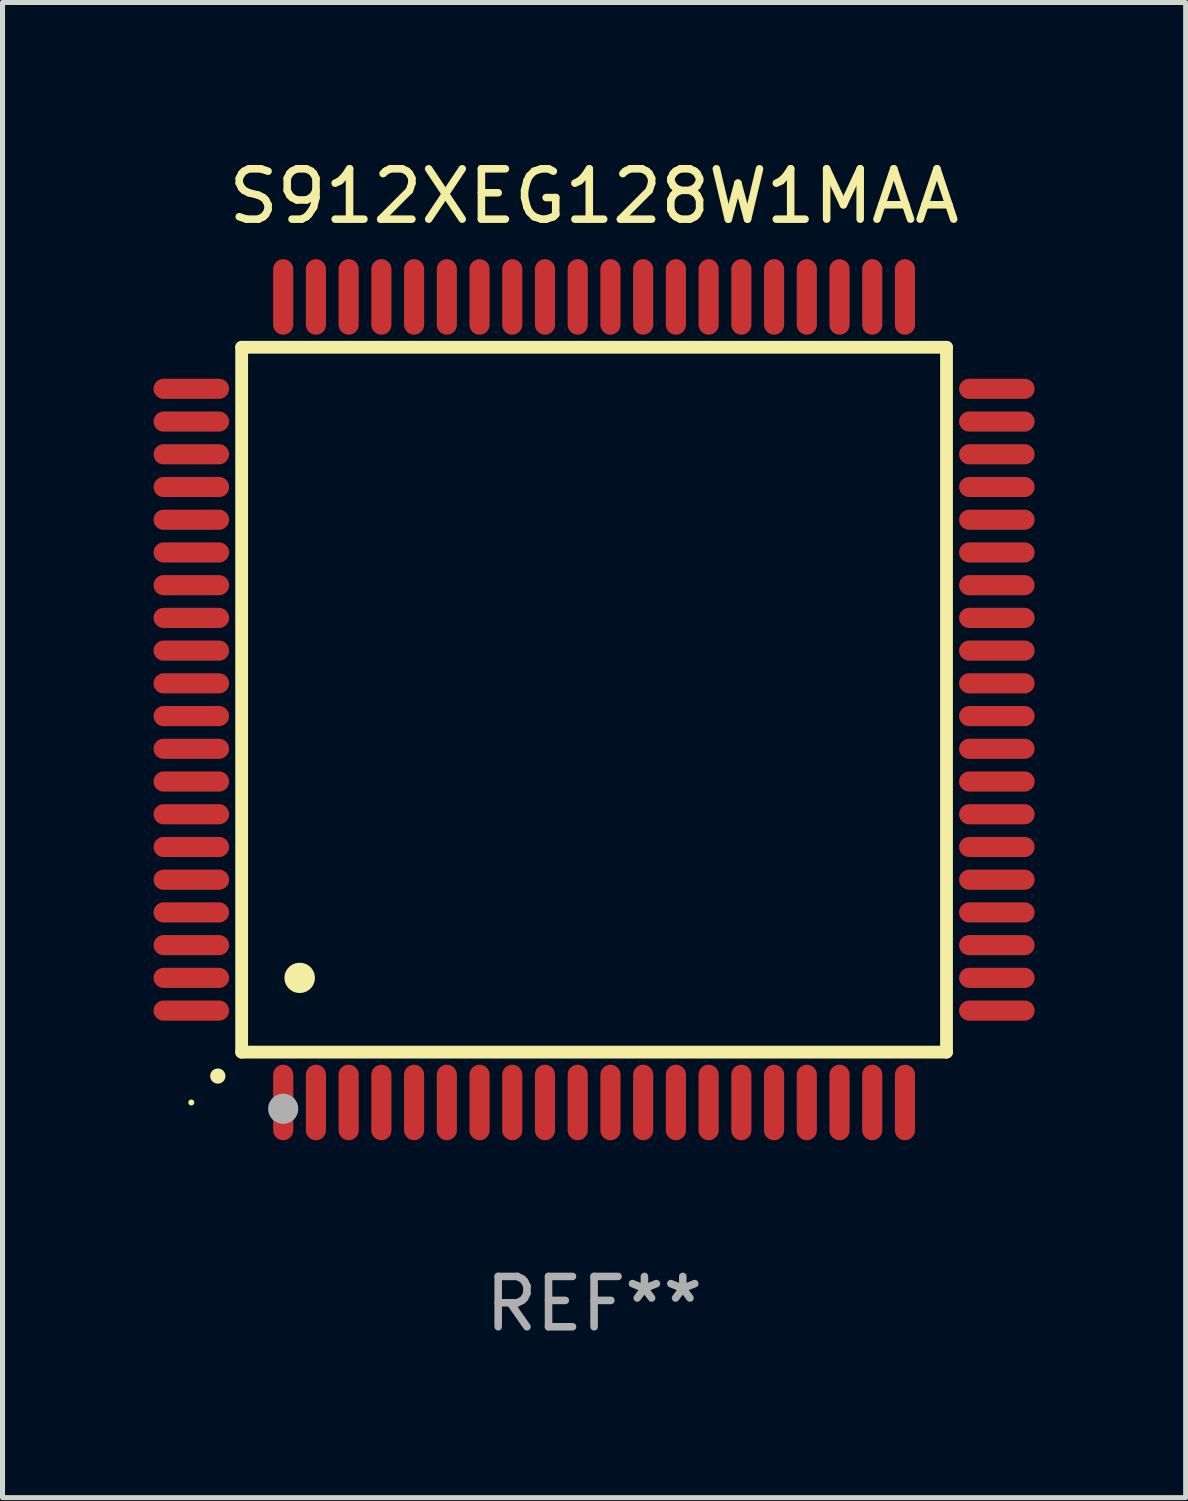
<source format=kicad_pcb>
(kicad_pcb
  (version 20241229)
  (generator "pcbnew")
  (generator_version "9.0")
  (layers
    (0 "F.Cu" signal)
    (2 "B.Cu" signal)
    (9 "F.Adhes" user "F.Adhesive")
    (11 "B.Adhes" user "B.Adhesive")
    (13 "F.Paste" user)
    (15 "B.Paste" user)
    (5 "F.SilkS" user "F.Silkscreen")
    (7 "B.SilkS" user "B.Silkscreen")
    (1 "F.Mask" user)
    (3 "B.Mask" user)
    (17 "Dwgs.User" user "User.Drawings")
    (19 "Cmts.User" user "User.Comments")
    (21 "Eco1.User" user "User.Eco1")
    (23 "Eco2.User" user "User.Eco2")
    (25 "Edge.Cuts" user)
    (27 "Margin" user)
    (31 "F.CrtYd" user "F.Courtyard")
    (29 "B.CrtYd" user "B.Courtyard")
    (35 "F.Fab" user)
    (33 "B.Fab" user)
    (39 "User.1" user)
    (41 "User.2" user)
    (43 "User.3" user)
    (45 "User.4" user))
  (footprint "S912XEG128W1MAA"
    (layer "F.Cu")
    (at 8.75 10.848)
    (property "Reference" "S912XEG128W1MAA" (at 0 -10 0) (layer "F.SilkS") (effects (font (size 1 1) (thickness 0.15))))
    (attr through_hole)
    (fp_line (start -7 -7) (end -7 7) (stroke (width 0.254) (type solid)) (layer "F.SilkS"))
    (fp_line (start -7 -7) (end 7 -7) (stroke (width 0.254) (type solid)) (layer "F.SilkS"))
    (fp_line (start -7 7) (end 7 7) (stroke (width 0.254) (type solid)) (layer "F.SilkS"))
    (fp_line (start 7 -7) (end 7 7) (stroke (width 0.254) (type solid)) (layer "F.SilkS"))
    (fp_arc (start -7.475006 7.475006) (mid -7.473736 7.475001) (end -7.472466 7.475006) (stroke (width 0.3) (type solid)) (layer "F.SilkS"))
    (fp_arc (start -5.850013 5.525019) (mid -5.847473 5.525008) (end -5.844933 5.525019) (stroke (width 0.6) (type solid)) (layer "F.SilkS"))
    (fp_circle (center -8 8) (end -7.97 8) (stroke (width 0.06) (type solid)) (fill no) (layer "F.SilkS"))
    (fp_circle (center -6.175 8.125) (end -6.025 8.125) (stroke (width 0.3) (type solid)) (fill no) (layer "F.Fab"))
    (fp_text user "REF**" (at 0 12 0) (layer "F.Fab") (effects (font (size 1 1) (thickness 0.15))))
    (pad "1" smd oval (at -6.175 8 180) (size 0.4 1.5) (layers "F.Cu" "F.Mask" "F.Paste"))
    (pad "2" smd oval (at -5.525 8 180) (size 0.4 1.5) (layers "F.Cu" "F.Mask" "F.Paste"))
    (pad "3" smd oval (at -4.875 8 180) (size 0.4 1.5) (layers "F.Cu" "F.Mask" "F.Paste"))
    (pad "4" smd oval (at -4.225 8 180) (size 0.4 1.5) (layers "F.Cu" "F.Mask" "F.Paste"))
    (pad "5" smd oval (at -3.575 8 180) (size 0.4 1.5) (layers "F.Cu" "F.Mask" "F.Paste"))
    (pad "6" smd oval (at -2.925 8 180) (size 0.4 1.5) (layers "F.Cu" "F.Mask" "F.Paste"))
    (pad "7" smd oval (at -2.275 8 180) (size 0.4 1.5) (layers "F.Cu" "F.Mask" "F.Paste"))
    (pad "8" smd oval (at -1.625 8 180) (size 0.4 1.5) (layers "F.Cu" "F.Mask" "F.Paste"))
    (pad "9" smd oval (at -0.975 8 180) (size 0.4 1.5) (layers "F.Cu" "F.Mask" "F.Paste"))
    (pad "10" smd oval (at -0.325 8 180) (size 0.4 1.5) (layers "F.Cu" "F.Mask" "F.Paste"))
    (pad "11" smd oval (at 0.325 8 180) (size 0.4 1.5) (layers "F.Cu" "F.Mask" "F.Paste"))
    (pad "12" smd oval (at 0.975 8 180) (size 0.4 1.5) (layers "F.Cu" "F.Mask" "F.Paste"))
    (pad "13" smd oval (at 1.625 8 180) (size 0.4 1.5) (layers "F.Cu" "F.Mask" "F.Paste"))
    (pad "14" smd oval (at 2.275 8 180) (size 0.4 1.5) (layers "F.Cu" "F.Mask" "F.Paste"))
    (pad "15" smd oval (at 2.925 8 180) (size 0.4 1.5) (layers "F.Cu" "F.Mask" "F.Paste"))
    (pad "16" smd oval (at 3.575 8 180) (size 0.4 1.5) (layers "F.Cu" "F.Mask" "F.Paste"))
    (pad "17" smd oval (at 4.225 8 180) (size 0.4 1.5) (layers "F.Cu" "F.Mask" "F.Paste"))
    (pad "18" smd oval (at 4.875 8 180) (size 0.4 1.5) (layers "F.Cu" "F.Mask" "F.Paste"))
    (pad "19" smd oval (at 5.525 8 180) (size 0.4 1.5) (layers "F.Cu" "F.Mask" "F.Paste"))
    (pad "20" smd oval (at 6.175 8) (size 0.4 1.5) (layers "F.Cu" "F.Mask" "F.Paste"))
    (pad "21" smd oval (at 8 6.175 270) (size 0.4 1.5) (layers "F.Cu" "F.Mask" "F.Paste"))
    (pad "22" smd oval (at 8 5.525 90) (size 0.4 1.5) (layers "F.Cu" "F.Mask" "F.Paste"))
    (pad "23" smd oval (at 8 4.875 90) (size 0.4 1.5) (layers "F.Cu" "F.Mask" "F.Paste"))
    (pad "24" smd oval (at 8 4.225 90) (size 0.4 1.5) (layers "F.Cu" "F.Mask" "F.Paste"))
    (pad "25" smd oval (at 8 3.575 90) (size 0.4 1.5) (layers "F.Cu" "F.Mask" "F.Paste"))
    (pad "26" smd oval (at 8 2.925 90) (size 0.4 1.5) (layers "F.Cu" "F.Mask" "F.Paste"))
    (pad "27" smd oval (at 8 2.275 90) (size 0.4 1.5) (layers "F.Cu" "F.Mask" "F.Paste"))
    (pad "28" smd oval (at 8 1.625 90) (size 0.4 1.5) (layers "F.Cu" "F.Mask" "F.Paste"))
    (pad "29" smd oval (at 8 0.975 90) (size 0.4 1.5) (layers "F.Cu" "F.Mask" "F.Paste"))
    (pad "30" smd oval (at 8 0.325 90) (size 0.4 1.5) (layers "F.Cu" "F.Mask" "F.Paste"))
    (pad "31" smd oval (at 8 -0.325 90) (size 0.4 1.5) (layers "F.Cu" "F.Mask" "F.Paste"))
    (pad "32" smd oval (at 8 -0.975 90) (size 0.4 1.5) (layers "F.Cu" "F.Mask" "F.Paste"))
    (pad "33" smd oval (at 8 -1.625 90) (size 0.4 1.5) (layers "F.Cu" "F.Mask" "F.Paste"))
    (pad "34" smd oval (at 8 -2.275 90) (size 0.4 1.5) (layers "F.Cu" "F.Mask" "F.Paste"))
    (pad "35" smd oval (at 8 -2.925 90) (size 0.4 1.5) (layers "F.Cu" "F.Mask" "F.Paste"))
    (pad "36" smd oval (at 8 -3.575 90) (size 0.4 1.5) (layers "F.Cu" "F.Mask" "F.Paste"))
    (pad "37" smd oval (at 8 -4.225 90) (size 0.4 1.5) (layers "F.Cu" "F.Mask" "F.Paste"))
    (pad "38" smd oval (at 8 -4.875 90) (size 0.4 1.5) (layers "F.Cu" "F.Mask" "F.Paste"))
    (pad "39" smd oval (at 8 -5.525 90) (size 0.4 1.5) (layers "F.Cu" "F.Mask" "F.Paste"))
    (pad "40" smd oval (at 8 -6.175 90) (size 0.4 1.5) (layers "F.Cu" "F.Mask" "F.Paste"))
    (pad "41" smd oval (at 6.175 -8) (size 0.4 1.5) (layers "F.Cu" "F.Mask" "F.Paste"))
    (pad "42" smd oval (at 5.525 -8 180) (size 0.4 1.5) (layers "F.Cu" "F.Mask" "F.Paste"))
    (pad "43" smd oval (at 4.875 -8 180) (size 0.4 1.5) (layers "F.Cu" "F.Mask" "F.Paste"))
    (pad "44" smd oval (at 4.225 -8 180) (size 0.4 1.5) (layers "F.Cu" "F.Mask" "F.Paste"))
    (pad "45" smd oval (at 3.575 -8 180) (size 0.4 1.5) (layers "F.Cu" "F.Mask" "F.Paste"))
    (pad "46" smd oval (at 2.925 -8 180) (size 0.4 1.5) (layers "F.Cu" "F.Mask" "F.Paste"))
    (pad "47" smd oval (at 2.275 -8 180) (size 0.4 1.5) (layers "F.Cu" "F.Mask" "F.Paste"))
    (pad "48" smd oval (at 1.625 -8 180) (size 0.4 1.5) (layers "F.Cu" "F.Mask" "F.Paste"))
    (pad "49" smd oval (at 0.975 -8 180) (size 0.4 1.5) (layers "F.Cu" "F.Mask" "F.Paste"))
    (pad "50" smd oval (at 0.325 -8 180) (size 0.4 1.5) (layers "F.Cu" "F.Mask" "F.Paste"))
    (pad "51" smd oval (at -0.325 -8 180) (size 0.4 1.5) (layers "F.Cu" "F.Mask" "F.Paste"))
    (pad "52" smd oval (at -0.975 -8 180) (size 0.4 1.5) (layers "F.Cu" "F.Mask" "F.Paste"))
    (pad "53" smd oval (at -1.625 -8 180) (size 0.4 1.5) (layers "F.Cu" "F.Mask" "F.Paste"))
    (pad "54" smd oval (at -2.275 -8 180) (size 0.4 1.5) (layers "F.Cu" "F.Mask" "F.Paste"))
    (pad "55" smd oval (at -2.925 -8 180) (size 0.4 1.5) (layers "F.Cu" "F.Mask" "F.Paste"))
    (pad "56" smd oval (at -3.575 -8 180) (size 0.4 1.5) (layers "F.Cu" "F.Mask" "F.Paste"))
    (pad "57" smd oval (at -4.225 -8 180) (size 0.4 1.5) (layers "F.Cu" "F.Mask" "F.Paste"))
    (pad "58" smd oval (at -4.875 -8 180) (size 0.4 1.5) (layers "F.Cu" "F.Mask" "F.Paste"))
    (pad "59" smd oval (at -5.525 -8 180) (size 0.4 1.5) (layers "F.Cu" "F.Mask" "F.Paste"))
    (pad "60" smd oval (at -6.175 -8 180) (size 0.4 1.5) (layers "F.Cu" "F.Mask" "F.Paste"))
    (pad "61" smd oval (at -8 -6.175 90) (size 0.4 1.5) (layers "F.Cu" "F.Mask" "F.Paste"))
    (pad "62" smd oval (at -8 -5.525 90) (size 0.4 1.5) (layers "F.Cu" "F.Mask" "F.Paste"))
    (pad "63" smd oval (at -8 -4.875 90) (size 0.4 1.5) (layers "F.Cu" "F.Mask" "F.Paste"))
    (pad "64" smd oval (at -8 -4.225 90) (size 0.4 1.5) (layers "F.Cu" "F.Mask" "F.Paste"))
    (pad "65" smd oval (at -8 -3.575 90) (size 0.4 1.5) (layers "F.Cu" "F.Mask" "F.Paste"))
    (pad "66" smd oval (at -8 -2.925 90) (size 0.4 1.5) (layers "F.Cu" "F.Mask" "F.Paste"))
    (pad "67" smd oval (at -8 -2.275 90) (size 0.4 1.5) (layers "F.Cu" "F.Mask" "F.Paste"))
    (pad "68" smd oval (at -8 -1.625 90) (size 0.4 1.5) (layers "F.Cu" "F.Mask" "F.Paste"))
    (pad "69" smd oval (at -8 -0.975 90) (size 0.4 1.5) (layers "F.Cu" "F.Mask" "F.Paste"))
    (pad "70" smd oval (at -8 -0.325 90) (size 0.4 1.5) (layers "F.Cu" "F.Mask" "F.Paste"))
    (pad "71" smd oval (at -8 0.325 90) (size 0.4 1.5) (layers "F.Cu" "F.Mask" "F.Paste"))
    (pad "72" smd oval (at -8 0.975 90) (size 0.4 1.5) (layers "F.Cu" "F.Mask" "F.Paste"))
    (pad "73" smd oval (at -8 1.625 90) (size 0.4 1.5) (layers "F.Cu" "F.Mask" "F.Paste"))
    (pad "74" smd oval (at -8 2.275 90) (size 0.4 1.5) (layers "F.Cu" "F.Mask" "F.Paste"))
    (pad "75" smd oval (at -8 2.925 90) (size 0.4 1.5) (layers "F.Cu" "F.Mask" "F.Paste"))
    (pad "76" smd oval (at -8 3.575 90) (size 0.4 1.5) (layers "F.Cu" "F.Mask" "F.Paste"))
    (pad "77" smd oval (at -8 4.225 90) (size 0.4 1.5) (layers "F.Cu" "F.Mask" "F.Paste"))
    (pad "78" smd oval (at -8 4.875 90) (size 0.4 1.5) (layers "F.Cu" "F.Mask" "F.Paste"))
    (pad "79" smd oval (at -8 5.525 90) (size 0.4 1.5) (layers "F.Cu" "F.Mask" "F.Paste"))
    (pad "80" smd oval (at -8 6.175 270) (size 0.4 1.5) (layers "F.Cu" "F.Mask" "F.Paste")))
  (gr_rect
    (start -3 -3)
    (end 20.5 26.697)
    (stroke (width 0.1) (type default))
    (fill no)
    (layer "Edge.Cuts")))
</source>
